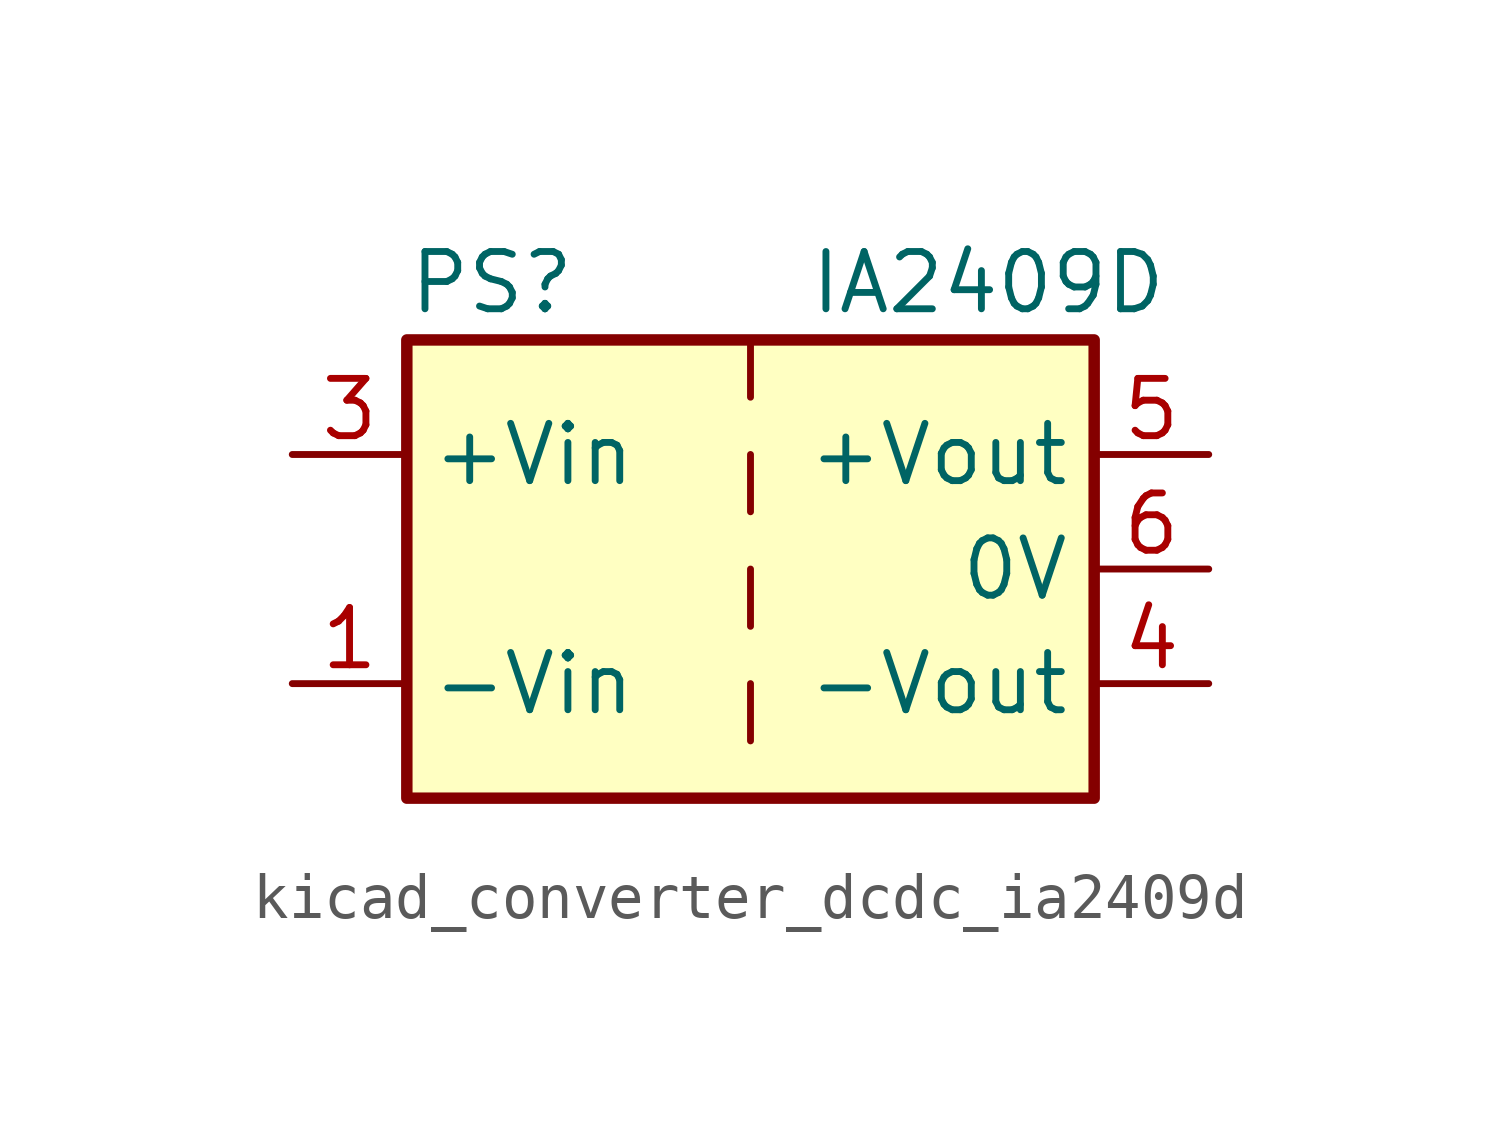
<source format=kicad_sym>
(kicad_symbol_lib
  (version 20220914)
  (generator kicad_symbol_editor)
  (symbol "kicad_converter_dcdc_ia2409d"
    (property "Reference" "PS"
      (at -7.62 6.35 0)
      (effects (font (size 1.27 1.27)) (justify left)))
    (property "Value" "IA2409D"
      (at 1.27 6.35 0)
      (effects (font (size 1.27 1.27)) (justify left)))
    (symbol "kicad_converter_dcdc_ia2409d_0_0"
      (pin power_in line (at -10.16 -2.54 0) (length 2.54) (name "-Vin" (effects (font (size 1.27 1.27)))) (number "1" (effects (font (size 1.27 1.27)))))
      (pin power_in line (at -10.16 2.54 0) (length 2.54) (name "+Vin" (effects (font (size 1.27 1.27)))) (number "3" (effects (font (size 1.27 1.27)))))
      (pin power_out line (at 10.16 -2.54 180) (length 2.54) (name "-Vout" (effects (font (size 1.27 1.27)))) (number "4" (effects (font (size 1.27 1.27)))))
      (pin power_out line (at 10.16 2.54 180) (length 2.54) (name "+Vout" (effects (font (size 1.27 1.27)))) (number "5" (effects (font (size 1.27 1.27)))))
      (pin power_out line (at 10.16 0 180) (length 2.54) (name "0V" (effects (font (size 1.27 1.27)))) (number "6" (effects (font (size 1.27 1.27))))))
    (symbol "kicad_converter_dcdc_ia2409d_0_1"
      (rectangle (start -7.62 5.08) (end 7.62 -5.08) (stroke (width 0.254) (type default)) (fill (type background)))
      (polyline (pts (xy 0 -2.54) (xy 0 -3.81)) (stroke (width 0) (type default)) (fill (type none)))
      (polyline (pts (xy 0 0) (xy 0 -1.27)) (stroke (width 0) (type default)) (fill (type none)))
      (polyline (pts (xy 0 2.54) (xy 0 1.27)) (stroke (width 0) (type default)) (fill (type none)))
      (polyline (pts (xy 0 5.08) (xy 0 3.81)) (stroke (width 0) (type default)) (fill (type none))))
    (symbol "kicad_converter_dcdc_ia2409d_1_1"
      (pin no_connect line (at 0 -5.08 90) (length 2.54) hide (name "NC" (effects (font (size 1.27 1.27)))) (number "2" (effects (font (size 1.27 1.27))))))))
</source>
